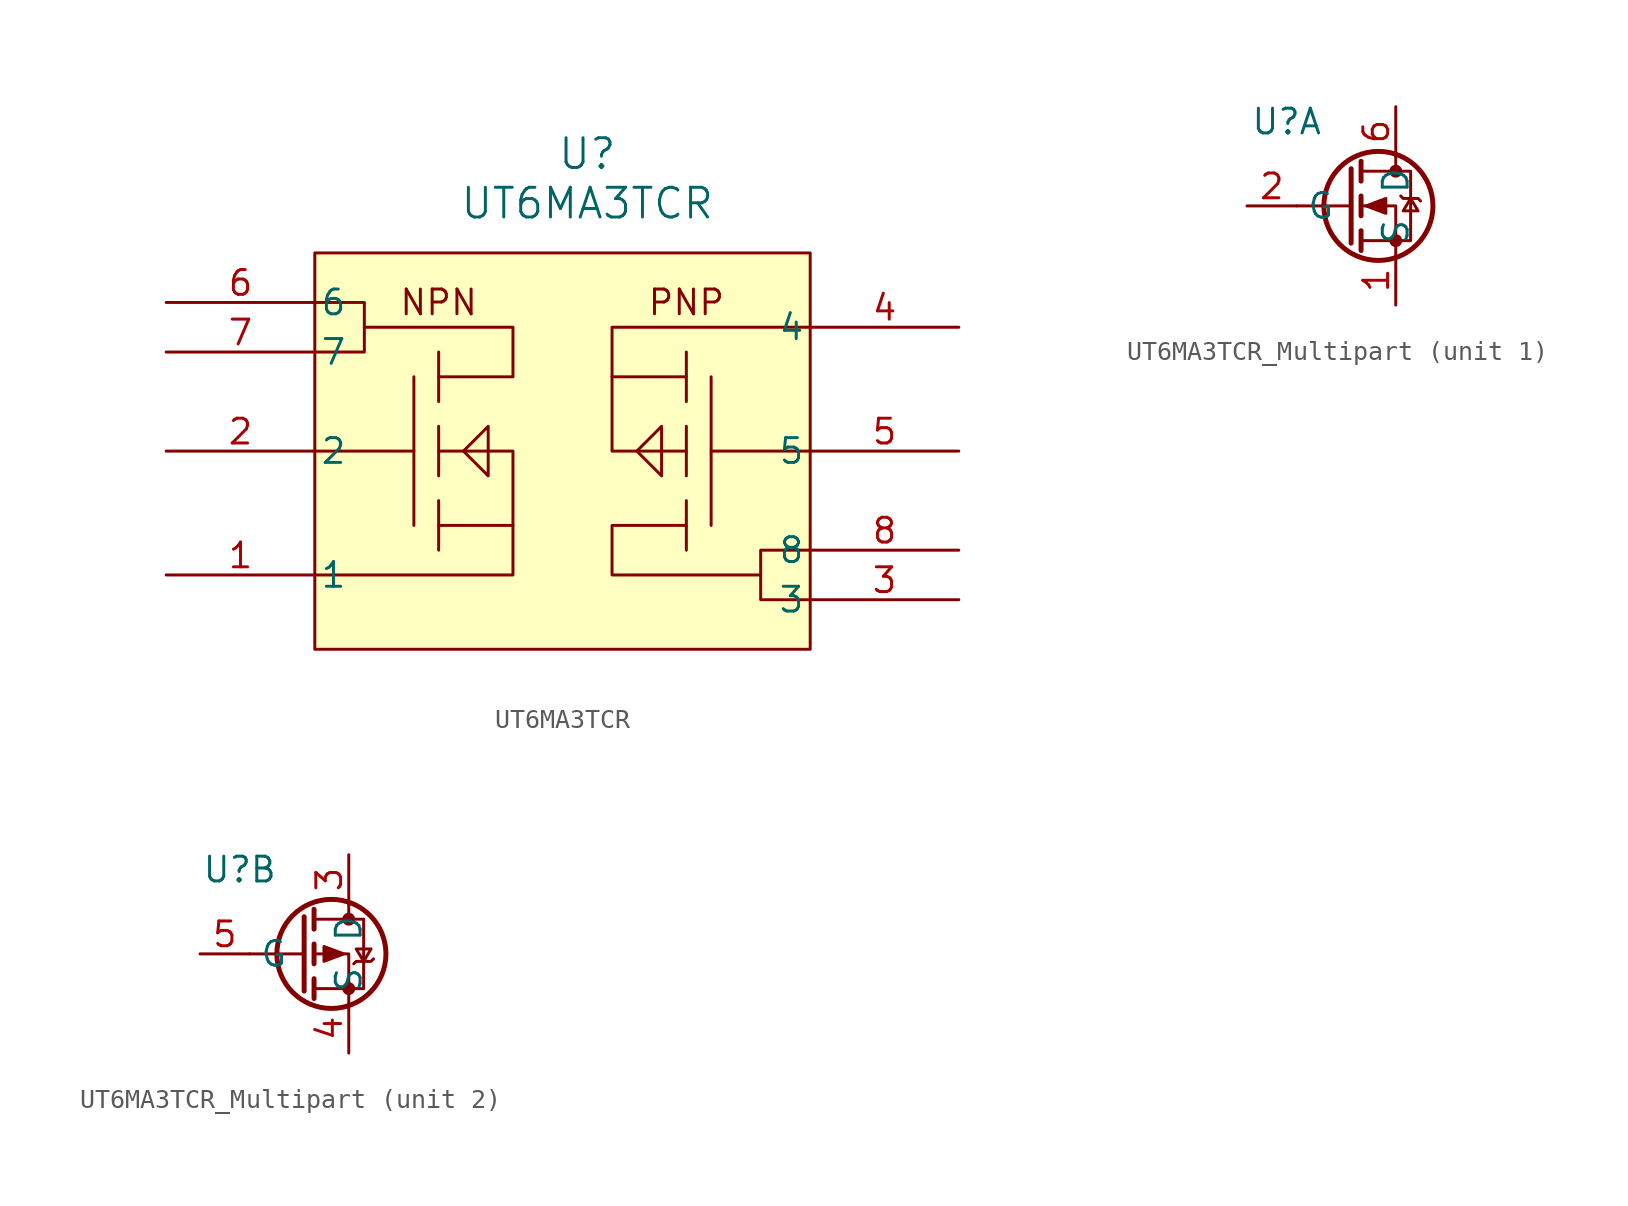
<source format=kicad_sym>
(kicad_symbol_lib
  (version 20241209)
  (generator "kicad_symbol_editor")
  (generator_version "9.0")
  (symbol "UT6MA3TCR"
    (pin_names
      (offset 0.254))
    (property "Reference" "U"
      (at 20.32 12.7 0)
      (effects (font (size 1.524 1.524))))
    (property "Value" "UT6MA3TCR"
      (at 20.32 10.16 0)
      (effects (font (size 1.524 1.524))))
    (symbol "UT6MA3TCR_0_1"
      (polyline (pts (xy 6.35 -2.54) (xy 11.43 -2.54)) (stroke (width 0) (type default)) (fill (type none)))
      (polyline (pts (xy 8.89 3.81) (xy 8.89 2.54) (xy 6.35 2.54)) (stroke (width 0) (type default)) (fill (type none)))
      (polyline (pts (xy 11.43 1.27) (xy 11.43 -6.35)) (stroke (width 0) (type default)) (fill (type none)))
      (polyline (pts (xy 12.7 1.27) (xy 16.51 1.27) (xy 16.51 3.81) (xy 8.89 3.81) (xy 8.89 5.08) (xy 6.35 5.08)) (stroke (width 0) (type default)) (fill (type none)))
      (polyline (pts (xy 12.7 0) (xy 12.7 2.54)) (stroke (width 0) (type default)) (fill (type none)))
      (polyline (pts (xy 12.7 -3.81) (xy 12.7 -1.27)) (stroke (width 0) (type default)) (fill (type none)))
      (polyline (pts (xy 12.7 -5.08) (xy 12.7 -7.62)) (stroke (width 0) (type default)) (fill (type none)))
      (polyline (pts (xy 12.7 -6.35) (xy 16.51 -6.35) (xy 16.51 -8.89) (xy 6.35 -8.89)) (stroke (width 0) (type default)) (fill (type none)))
      (polyline (pts (xy 13.97 -2.54) (xy 15.24 -1.27) (xy 15.24 -3.81) (xy 13.97 -2.54)) (stroke (width 0) (type default)) (fill (type none)))
      (polyline (pts (xy 16.51 -6.35) (xy 16.51 -2.54) (xy 12.7 -2.54)) (stroke (width 0) (type default)) (fill (type none)))
      (polyline (pts (xy 24.13 -1.27) (xy 24.13 -3.81) (xy 22.86 -2.54) (xy 24.13 -1.27)) (stroke (width 0) (type default)) (fill (type none)))
      (polyline (pts (xy 25.4 2.54) (xy 25.4 0)) (stroke (width 0) (type default)) (fill (type none)))
      (polyline (pts (xy 25.4 1.27) (xy 21.59 1.27) (xy 21.59 3.81) (xy 31.75 3.81)) (stroke (width 0) (type default)) (fill (type none)))
      (polyline (pts (xy 25.4 -1.27) (xy 25.4 -3.81)) (stroke (width 0) (type default)) (fill (type none)))
      (polyline (pts (xy 25.4 -2.54) (xy 21.59 -2.54) (xy 21.59 1.27)) (stroke (width 0) (type default)) (fill (type none)))
      (polyline (pts (xy 25.4 -5.08) (xy 25.4 -7.62)) (stroke (width 0) (type default)) (fill (type none)))
      (polyline (pts (xy 25.4 -6.35) (xy 21.59 -6.35) (xy 21.59 -8.89) (xy 29.21 -8.89) (xy 29.21 -7.62) (xy 31.75 -7.62)) (stroke (width 0) (type default)) (fill (type none)))
      (polyline (pts (xy 26.67 1.27) (xy 26.67 -6.35)) (stroke (width 0) (type default)) (fill (type none)))
      (polyline (pts (xy 29.21 -8.89) (xy 29.21 -10.16) (xy 31.75 -10.16)) (stroke (width 0) (type default)) (fill (type none)))
      (polyline (pts (xy 31.75 -2.54) (xy 26.67 -2.54)) (stroke (width 0) (type default)) (fill (type none)))
      (pin bidirectional line (at -1.27 5.08 0) (length 7.62) (name "6" (effects (font (size 1.27 1.27)))) (number "6" (effects (font (size 1.27 1.27)))))
      (pin bidirectional line (at -1.27 2.54 0) (length 7.62) (name "7" (effects (font (size 1.27 1.27)))) (number "7" (effects (font (size 1.27 1.27)))))
      (pin bidirectional line (at -1.27 -8.89 0) (length 7.62) (name "1" (effects (font (size 1.27 1.27)))) (number "1" (effects (font (size 1.27 1.27)))))
      (pin bidirectional line (at 39.37 3.81 180) (length 7.62) (name "4" (effects (font (size 1.27 1.27)))) (number "4" (effects (font (size 1.27 1.27)))))
      (pin bidirectional line (at 39.37 -2.54 180) (length 7.62) (name "5" (effects (font (size 1.27 1.27)))) (number "5" (effects (font (size 1.27 1.27)))))
      (pin bidirectional line (at 39.37 -7.62 180) (length 7.62) (name "8" (effects (font (size 1.27 1.27)))) (number "8" (effects (font (size 1.27 1.27)))))
      (pin bidirectional line (at 39.37 -10.16 180) (length 7.62) (name "3" (effects (font (size 1.27 1.27)))) (number "3" (effects (font (size 1.27 1.27))))))
    (symbol "UT6MA3TCR_1_1"
      (rectangle (start 6.35 7.62) (end 31.75 -12.7) (stroke (width 0) (type solid)) (fill (type background)))
      (text "NPN\n" (at 12.7 5.08 0) (effects (font (size 1.27 1.27))))
      (text "PNP\n" (at 25.4 5.08 0) (effects (font (size 1.27 1.27))))
      (pin bidirectional line (at -1.27 -2.54 0) (length 7.62) (name "2" (effects (font (size 1.27 1.27)))) (number "2" (effects (font (size 1.27 1.27)))))))
  (symbol "UT6MA3TCR_Multipart"
    (property "Reference" "U"
      (at -5.588 4.318 0)
      (effects (font (size 1.27 1.27))))
    (property "Value" ""
      (at 0 0 0)
      (effects (font (size 1.27 1.27))))
    (property "ki_locked" ""
      (at 0 0 0)
      (effects (font (size 1.27 1.27))))
    (symbol "UT6MA3TCR_Multipart_1_1"
      (polyline (pts (xy -2.286 1.905) (xy -2.286 -1.905)) (stroke (width 0.254) (type solid)) (fill (type none)))
      (polyline (pts (xy -2.286 0) (xy -5.08 0)) (stroke (width 0) (type solid)) (fill (type none)))
      (polyline (pts (xy -1.778 2.286) (xy -1.778 1.27)) (stroke (width 0.254) (type solid)) (fill (type none)))
      (polyline (pts (xy -1.778 0.508) (xy -1.778 -0.508)) (stroke (width 0.254) (type solid)) (fill (type none)))
      (polyline (pts (xy -1.778 -1.27) (xy -1.778 -2.286)) (stroke (width 0.254) (type solid)) (fill (type none)))
      (polyline (pts (xy -1.778 -1.778) (xy 0.762 -1.778) (xy 0.762 1.778) (xy -1.778 1.778)) (stroke (width 0) (type solid)) (fill (type none)))
      (polyline (pts (xy -1.524 0) (xy -0.508 0.381) (xy -0.508 -0.381) (xy -1.524 0)) (stroke (width 0) (type solid)) (fill (type outline)))
      (circle (center -0.889 0) (radius 2.794) (stroke (width 0.254) (type solid)) (fill (type none)))
      (polyline (pts (xy 0 2.54) (xy 0 1.778)) (stroke (width 0) (type solid)) (fill (type none)))
      (circle (center 0 1.778) (radius 0.254) (stroke (width 0) (type solid)) (fill (type outline)))
      (circle (center 0 -1.778) (radius 0.254) (stroke (width 0) (type solid)) (fill (type outline)))
      (polyline (pts (xy 0 -2.54) (xy 0 0) (xy -1.778 0)) (stroke (width 0) (type solid)) (fill (type none)))
      (polyline (pts (xy 0.254 0.508) (xy 0.381 0.381) (xy 1.143 0.381) (xy 1.27 0.254)) (stroke (width 0) (type solid)) (fill (type none)))
      (polyline (pts (xy 0.762 0.381) (xy 0.381 -0.254) (xy 1.143 -0.254) (xy 0.762 0.381)) (stroke (width 0) (type solid)) (fill (type none)))
      (pin input line (at -7.62 0 0) (length 2.54) (name "G" (effects (font (size 1.27 1.27)))) (number "2" (effects (font (size 1.27 1.27)))))
      (pin passive line (at 0 5.08 270) (length 2.54) (name "D" (effects (font (size 1.27 1.27)))) (number "6" (effects (font (size 1.27 1.27)))))
      (pin passive line (at 0 5.08 270) (length 2.54) (hide yes) (name "D" (effects (font (size 1.27 1.27)))) (number "7" (effects (font (size 1.27 1.27)))))
      (pin passive line (at 0 -5.08 90) (length 2.54) (name "S" (effects (font (size 1.27 1.27)))) (number "1" (effects (font (size 1.27 1.27))))))
    (symbol "UT6MA3TCR_Multipart_2_1"
      (polyline (pts (xy -2.286 1.905) (xy -2.286 -1.905)) (stroke (width 0.254) (type solid)) (fill (type none)))
      (polyline (pts (xy -2.286 0) (xy -5.08 0)) (stroke (width 0) (type solid)) (fill (type none)))
      (polyline (pts (xy -1.778 2.286) (xy -1.778 1.27)) (stroke (width 0.254) (type solid)) (fill (type none)))
      (polyline (pts (xy -1.778 1.778) (xy 0.762 1.778) (xy 0.762 -1.778) (xy -1.778 -1.778)) (stroke (width 0) (type solid)) (fill (type none)))
      (polyline (pts (xy -1.778 0.508) (xy -1.778 -0.508)) (stroke (width 0.254) (type solid)) (fill (type none)))
      (polyline (pts (xy -1.778 -1.27) (xy -1.778 -2.286)) (stroke (width 0.254) (type solid)) (fill (type none)))
      (circle (center -0.889 0) (radius 2.794) (stroke (width 0.254) (type solid)) (fill (type none)))
      (polyline (pts (xy -0.254 0) (xy -1.27 0.381) (xy -1.27 -0.381) (xy -0.254 0)) (stroke (width 0) (type solid)) (fill (type outline)))
      (polyline (pts (xy 0 2.54) (xy 0 1.778)) (stroke (width 0) (type solid)) (fill (type none)))
      (circle (center 0 1.778) (radius 0.254) (stroke (width 0) (type solid)) (fill (type outline)))
      (circle (center 0 -1.778) (radius 0.254) (stroke (width 0) (type solid)) (fill (type outline)))
      (polyline (pts (xy 0 -2.54) (xy 0 0) (xy -1.778 0)) (stroke (width 0) (type solid)) (fill (type none)))
      (polyline (pts (xy 0.254 -0.508) (xy 0.381 -0.381) (xy 1.143 -0.381) (xy 1.27 -0.254)) (stroke (width 0) (type solid)) (fill (type none)))
      (polyline (pts (xy 0.762 -0.381) (xy 0.381 0.254) (xy 1.143 0.254) (xy 0.762 -0.381)) (stroke (width 0) (type solid)) (fill (type none)))
      (pin input line (at -7.62 0 0) (length 2.54) (name "G" (effects (font (size 1.27 1.27)))) (number "5" (effects (font (size 1.27 1.27)))))
      (pin passive line (at 0 5.08 270) (length 2.54) (name "D" (effects (font (size 1.27 1.27)))) (number "3" (effects (font (size 1.27 1.27)))))
      (pin passive line (at 0 5.08 270) (length 2.54) (hide yes) (name "D" (effects (font (size 1.27 1.27)))) (number "8" (effects (font (size 1.27 1.27)))))
      (pin passive line (at 0 -5.08 90) (length 2.54) (name "S" (effects (font (size 1.27 1.27)))) (number "4" (effects (font (size 1.27 1.27))))))))
</source>
